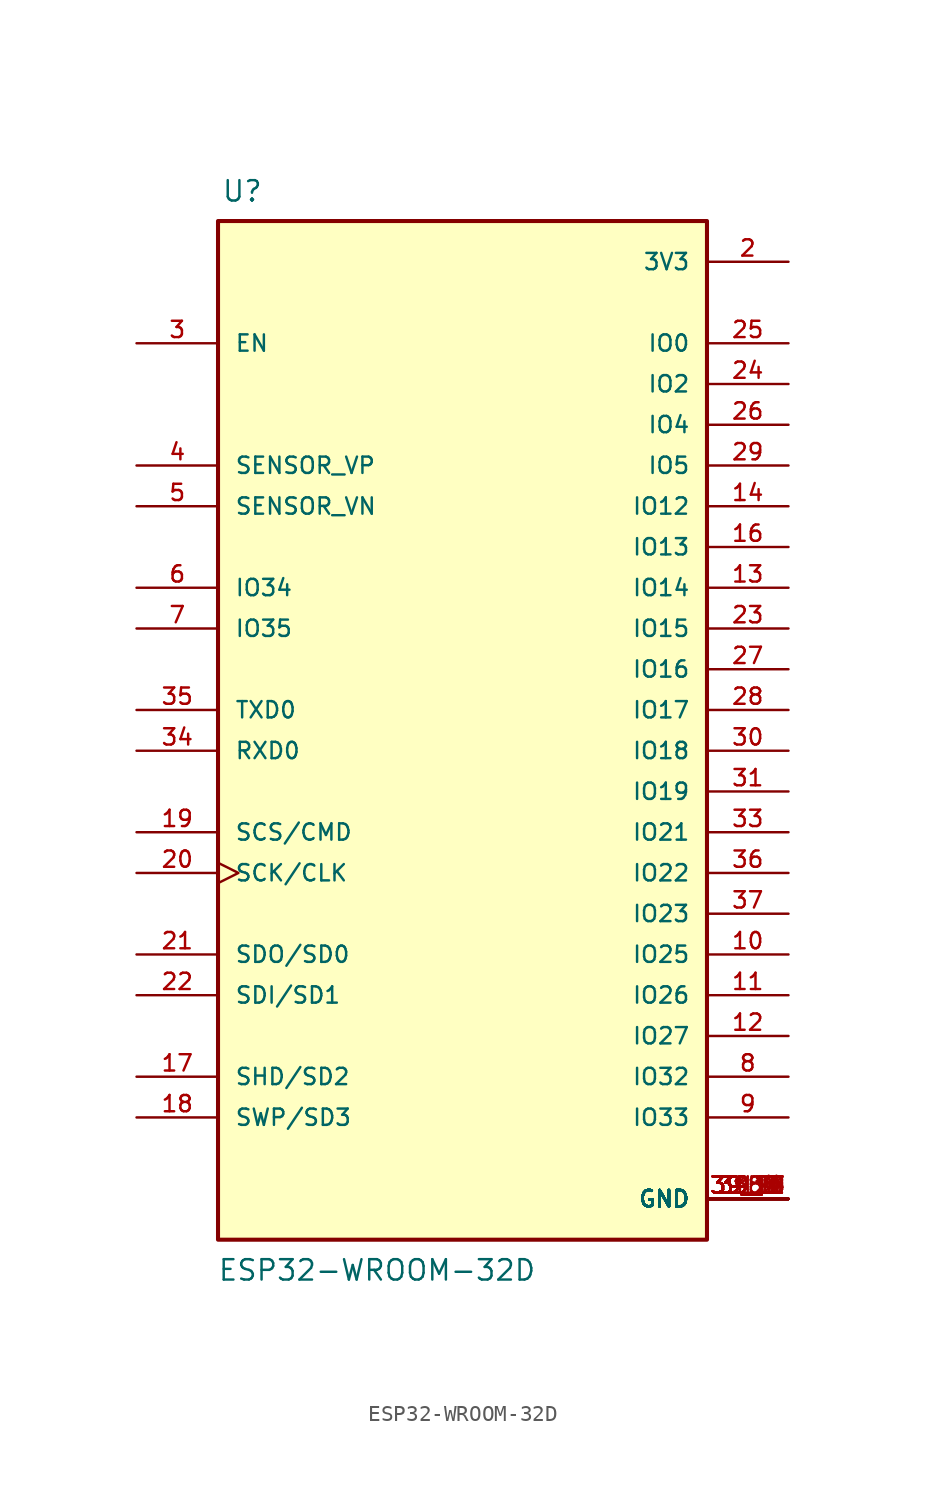
<source format=kicad_sym>
(kicad_symbol_lib
  (version 20211014)
  (generator kicad_symbol_editor)
  (symbol "ESP32-WROOM-32D"
    (pin_names
      (offset 1.016))
    (property "Reference" "U"
      (at -15.036 31.595 0)
      (effects (font (size 1.27 1.27)) (justify bottom left)))
    (property "Value" "ESP32-WROOM-32D"
      (at -15.287 -35.668 0)
      (effects (font (size 1.27 1.27)) (justify bottom left)))
    (symbol "ESP32-WROOM-32D_0_0"
      (rectangle (start -15.24 -33.02) (end 15.24 30.48) (stroke (width 0.254)) (fill (type background)))
      (pin power_in line (at 20.32 -30.48 180.0) (length 5.08) (name "GND" (effects (font (size 1.016 1.016)))) (number "1" (effects (font (size 1.016 1.016)))))
      (pin power_in line (at 20.32 -30.48 180.0) (length 5.08) (name "GND" (effects (font (size 1.016 1.016)))) (number "15" (effects (font (size 1.016 1.016)))))
      (pin power_in line (at 20.32 -30.48 180.0) (length 5.08) (name "GND" (effects (font (size 1.016 1.016)))) (number "38" (effects (font (size 1.016 1.016)))))
      (pin power_in line (at 20.32 -30.48 180.0) (length 5.08) (name "GND" (effects (font (size 1.016 1.016)))) (number "39_1" (effects (font (size 1.016 1.016)))))
      (pin power_in line (at 20.32 -30.48 180.0) (length 5.08) (name "GND" (effects (font (size 1.016 1.016)))) (number "39_2" (effects (font (size 1.016 1.016)))))
      (pin power_in line (at 20.32 -30.48 180.0) (length 5.08) (name "GND" (effects (font (size 1.016 1.016)))) (number "39_3" (effects (font (size 1.016 1.016)))))
      (pin power_in line (at 20.32 -30.48 180.0) (length 5.08) (name "GND" (effects (font (size 1.016 1.016)))) (number "39_4" (effects (font (size 1.016 1.016)))))
      (pin power_in line (at 20.32 -30.48 180.0) (length 5.08) (name "GND" (effects (font (size 1.016 1.016)))) (number "39_5" (effects (font (size 1.016 1.016)))))
      (pin power_in line (at 20.32 -30.48 180.0) (length 5.08) (name "GND" (effects (font (size 1.016 1.016)))) (number "39_6" (effects (font (size 1.016 1.016)))))
      (pin power_in line (at 20.32 -30.48 180.0) (length 5.08) (name "GND" (effects (font (size 1.016 1.016)))) (number "39_7" (effects (font (size 1.016 1.016)))))
      (pin power_in line (at 20.32 -30.48 180.0) (length 5.08) (name "GND" (effects (font (size 1.016 1.016)))) (number "39_8" (effects (font (size 1.016 1.016)))))
      (pin power_in line (at 20.32 -30.48 180.0) (length 5.08) (name "GND" (effects (font (size 1.016 1.016)))) (number "39_9" (effects (font (size 1.016 1.016)))))
      (pin power_in line (at 20.32 -30.48 180.0) (length 5.08) (name "GND" (effects (font (size 1.016 1.016)))) (number "39_10" (effects (font (size 1.016 1.016)))))
      (pin power_in line (at 20.32 -30.48 180.0) (length 5.08) (name "GND" (effects (font (size 1.016 1.016)))) (number "39_11" (effects (font (size 1.016 1.016)))))
      (pin power_in line (at 20.32 -30.48 180.0) (length 5.08) (name "GND" (effects (font (size 1.016 1.016)))) (number "39_12" (effects (font (size 1.016 1.016)))))
      (pin power_in line (at 20.32 -30.48 180.0) (length 5.08) (name "GND" (effects (font (size 1.016 1.016)))) (number "39_13" (effects (font (size 1.016 1.016)))))
      (pin power_in line (at 20.32 -30.48 180.0) (length 5.08) (name "GND" (effects (font (size 1.016 1.016)))) (number "39_14" (effects (font (size 1.016 1.016)))))
      (pin power_in line (at 20.32 -30.48 180.0) (length 5.08) (name "GND" (effects (font (size 1.016 1.016)))) (number "39_15" (effects (font (size 1.016 1.016)))))
      (pin power_in line (at 20.32 -30.48 180.0) (length 5.08) (name "GND" (effects (font (size 1.016 1.016)))) (number "39_16" (effects (font (size 1.016 1.016)))))
      (pin power_in line (at 20.32 -30.48 180.0) (length 5.08) (name "GND" (effects (font (size 1.016 1.016)))) (number "39_17" (effects (font (size 1.016 1.016)))))
      (pin power_in line (at 20.32 -30.48 180.0) (length 5.08) (name "GND" (effects (font (size 1.016 1.016)))) (number "39_18" (effects (font (size 1.016 1.016)))))
      (pin power_in line (at 20.32 -30.48 180.0) (length 5.08) (name "GND" (effects (font (size 1.016 1.016)))) (number "39_19" (effects (font (size 1.016 1.016)))))
      (pin power_in line (at 20.32 -30.48 180.0) (length 5.08) (name "GND" (effects (font (size 1.016 1.016)))) (number "39_20" (effects (font (size 1.016 1.016)))))
      (pin power_in line (at 20.32 -30.48 180.0) (length 5.08) (name "GND" (effects (font (size 1.016 1.016)))) (number "39_21" (effects (font (size 1.016 1.016)))))
      (pin power_in line (at 20.32 27.94 180.0) (length 5.08) (name "3V3" (effects (font (size 1.016 1.016)))) (number "2" (effects (font (size 1.016 1.016)))))
      (pin input line (at -20.32 22.86 0) (length 5.08) (name "EN" (effects (font (size 1.016 1.016)))) (number "3" (effects (font (size 1.016 1.016)))))
      (pin input line (at -20.32 15.24 0) (length 5.08) (name "SENSOR_VP" (effects (font (size 1.016 1.016)))) (number "4" (effects (font (size 1.016 1.016)))))
      (pin input line (at -20.32 12.7 0) (length 5.08) (name "SENSOR_VN" (effects (font (size 1.016 1.016)))) (number "5" (effects (font (size 1.016 1.016)))))
      (pin input line (at -20.32 7.62 0) (length 5.08) (name "IO34" (effects (font (size 1.016 1.016)))) (number "6" (effects (font (size 1.016 1.016)))))
      (pin input line (at -20.32 5.08 0) (length 5.08) (name "IO35" (effects (font (size 1.016 1.016)))) (number "7" (effects (font (size 1.016 1.016)))))
      (pin bidirectional line (at 20.32 -25.4 180.0) (length 5.08) (name "IO33" (effects (font (size 1.016 1.016)))) (number "9" (effects (font (size 1.016 1.016)))))
      (pin bidirectional line (at 20.32 -22.86 180.0) (length 5.08) (name "IO32" (effects (font (size 1.016 1.016)))) (number "8" (effects (font (size 1.016 1.016)))))
      (pin bidirectional line (at 20.32 -15.24 180.0) (length 5.08) (name "IO25" (effects (font (size 1.016 1.016)))) (number "10" (effects (font (size 1.016 1.016)))))
      (pin bidirectional line (at 20.32 -17.78 180.0) (length 5.08) (name "IO26" (effects (font (size 1.016 1.016)))) (number "11" (effects (font (size 1.016 1.016)))))
      (pin bidirectional line (at 20.32 -20.32 180.0) (length 5.08) (name "IO27" (effects (font (size 1.016 1.016)))) (number "12" (effects (font (size 1.016 1.016)))))
      (pin bidirectional line (at 20.32 7.62 180.0) (length 5.08) (name "IO14" (effects (font (size 1.016 1.016)))) (number "13" (effects (font (size 1.016 1.016)))))
      (pin bidirectional line (at 20.32 12.7 180.0) (length 5.08) (name "IO12" (effects (font (size 1.016 1.016)))) (number "14" (effects (font (size 1.016 1.016)))))
      (pin bidirectional line (at 20.32 10.16 180.0) (length 5.08) (name "IO13" (effects (font (size 1.016 1.016)))) (number "16" (effects (font (size 1.016 1.016)))))
      (pin bidirectional line (at 20.32 5.08 180.0) (length 5.08) (name "IO15" (effects (font (size 1.016 1.016)))) (number "23" (effects (font (size 1.016 1.016)))))
      (pin bidirectional line (at 20.32 20.32 180.0) (length 5.08) (name "IO2" (effects (font (size 1.016 1.016)))) (number "24" (effects (font (size 1.016 1.016)))))
      (pin bidirectional line (at 20.32 22.86 180.0) (length 5.08) (name "IO0" (effects (font (size 1.016 1.016)))) (number "25" (effects (font (size 1.016 1.016)))))
      (pin bidirectional line (at 20.32 17.78 180.0) (length 5.08) (name "IO4" (effects (font (size 1.016 1.016)))) (number "26" (effects (font (size 1.016 1.016)))))
      (pin bidirectional line (at 20.32 2.54 180.0) (length 5.08) (name "IO16" (effects (font (size 1.016 1.016)))) (number "27" (effects (font (size 1.016 1.016)))))
      (pin bidirectional line (at 20.32 0.0 180.0) (length 5.08) (name "IO17" (effects (font (size 1.016 1.016)))) (number "28" (effects (font (size 1.016 1.016)))))
      (pin bidirectional line (at 20.32 15.24 180.0) (length 5.08) (name "IO5" (effects (font (size 1.016 1.016)))) (number "29" (effects (font (size 1.016 1.016)))))
      (pin bidirectional line (at 20.32 -2.54 180.0) (length 5.08) (name "IO18" (effects (font (size 1.016 1.016)))) (number "30" (effects (font (size 1.016 1.016)))))
      (pin bidirectional line (at 20.32 -5.08 180.0) (length 5.08) (name "IO19" (effects (font (size 1.016 1.016)))) (number "31" (effects (font (size 1.016 1.016)))))
      (pin bidirectional line (at 20.32 -7.62 180.0) (length 5.08) (name "IO21" (effects (font (size 1.016 1.016)))) (number "33" (effects (font (size 1.016 1.016)))))
      (pin bidirectional line (at 20.32 -10.16 180.0) (length 5.08) (name "IO22" (effects (font (size 1.016 1.016)))) (number "36" (effects (font (size 1.016 1.016)))))
      (pin bidirectional line (at 20.32 -12.7 180.0) (length 5.08) (name "IO23" (effects (font (size 1.016 1.016)))) (number "37" (effects (font (size 1.016 1.016)))))
      (pin bidirectional line (at -20.32 -2.54 0) (length 5.08) (name "RXD0" (effects (font (size 1.016 1.016)))) (number "34" (effects (font (size 1.016 1.016)))))
      (pin bidirectional line (at -20.32 0.0 0) (length 5.08) (name "TXD0" (effects (font (size 1.016 1.016)))) (number "35" (effects (font (size 1.016 1.016)))))
      (pin bidirectional line (at -20.32 -22.86 0) (length 5.08) (name "SHD/SD2" (effects (font (size 1.016 1.016)))) (number "17" (effects (font (size 1.016 1.016)))))
      (pin bidirectional line (at -20.32 -25.4 0) (length 5.08) (name "SWP/SD3" (effects (font (size 1.016 1.016)))) (number "18" (effects (font (size 1.016 1.016)))))
      (pin bidirectional line (at -20.32 -7.62 0) (length 5.08) (name "SCS/CMD" (effects (font (size 1.016 1.016)))) (number "19" (effects (font (size 1.016 1.016)))))
      (pin bidirectional clock (at -20.32 -10.16 0) (length 5.08) (name "SCK/CLK" (effects (font (size 1.016 1.016)))) (number "20" (effects (font (size 1.016 1.016)))))
      (pin bidirectional line (at -20.32 -15.24 0) (length 5.08) (name "SDO/SD0" (effects (font (size 1.016 1.016)))) (number "21" (effects (font (size 1.016 1.016)))))
      (pin bidirectional line (at -20.32 -17.78 0) (length 5.08) (name "SDI/SD1" (effects (font (size 1.016 1.016)))) (number "22" (effects (font (size 1.016 1.016))))))))
</source>
